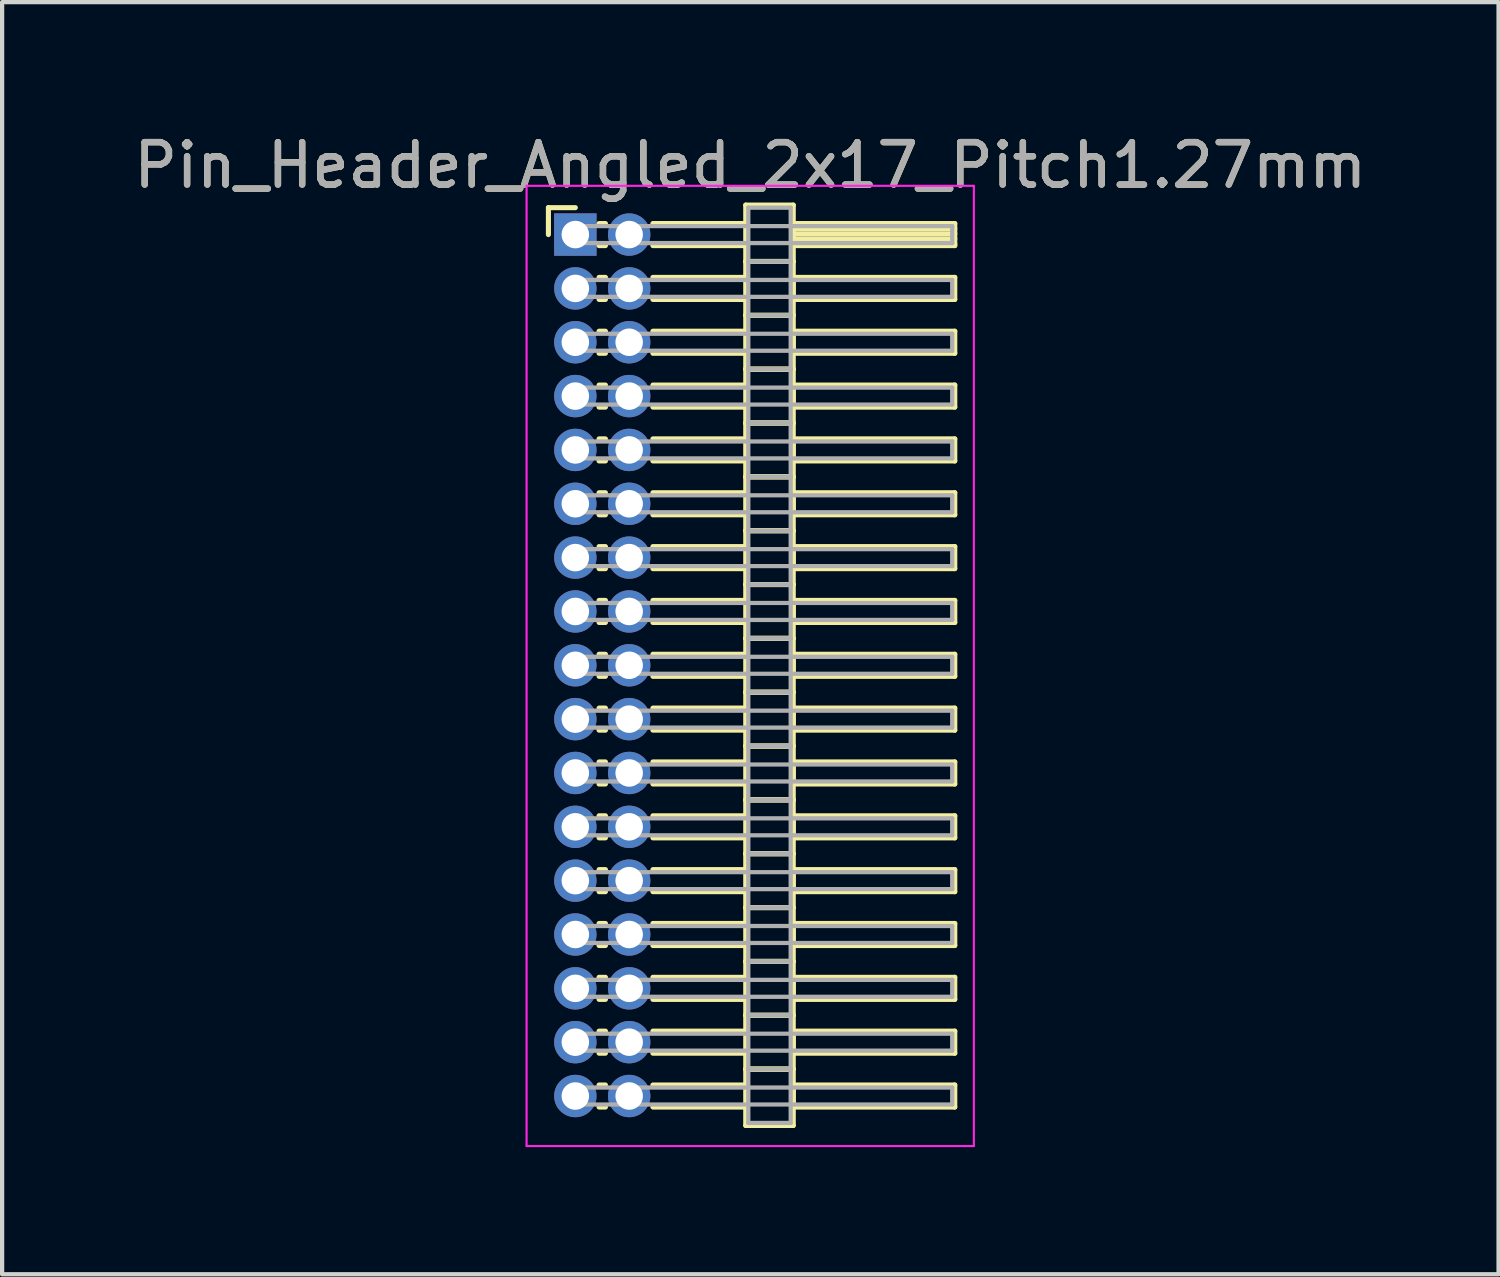
<source format=kicad_pcb>
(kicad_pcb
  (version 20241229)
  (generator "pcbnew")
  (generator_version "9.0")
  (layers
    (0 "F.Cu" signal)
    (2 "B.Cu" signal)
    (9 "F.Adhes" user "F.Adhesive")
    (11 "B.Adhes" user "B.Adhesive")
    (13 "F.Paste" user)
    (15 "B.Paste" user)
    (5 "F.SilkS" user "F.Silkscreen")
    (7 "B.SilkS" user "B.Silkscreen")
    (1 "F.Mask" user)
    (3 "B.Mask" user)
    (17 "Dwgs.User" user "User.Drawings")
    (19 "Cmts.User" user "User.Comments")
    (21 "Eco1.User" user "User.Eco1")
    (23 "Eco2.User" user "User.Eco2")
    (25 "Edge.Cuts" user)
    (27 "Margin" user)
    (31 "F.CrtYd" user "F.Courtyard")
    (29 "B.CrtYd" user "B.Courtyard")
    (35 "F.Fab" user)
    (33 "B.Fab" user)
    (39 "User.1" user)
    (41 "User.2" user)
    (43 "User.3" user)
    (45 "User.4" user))
  (footprint "Pin_Header_Angled_2x17_Pitch1.27mm"
    (layer "F.Cu")
    (at 10.521 2.483)
    (property "Reference" "Pin_Header_Angled_2x17_Pitch1.27mm" (at 4.128 -1.635 0) (layer "F.SilkS") (effects (font (size 1 1) (thickness 0.15))))
    (attr through_hole)
    (fp_line (start -0.635 -0.635) (end 0 -0.635) (stroke (width 0.12) (type solid)) (layer "F.SilkS"))
    (fp_line (start -0.635 0) (end -0.635 -0.635) (stroke (width 0.12) (type solid)) (layer "F.SilkS"))
    (fp_line (start 0.56 -0.26) (end 0.71 -0.26) (stroke (width 0.12) (type solid)) (layer "F.SilkS"))
    (fp_line (start 0.56 0.26) (end 0.71 0.26) (stroke (width 0.12) (type solid)) (layer "F.SilkS"))
    (fp_line (start 0.56 1.01) (end 0.71 1.01) (stroke (width 0.12) (type solid)) (layer "F.SilkS"))
    (fp_line (start 0.56 1.53) (end 0.71 1.53) (stroke (width 0.12) (type solid)) (layer "F.SilkS"))
    (fp_line (start 0.56 2.28) (end 0.71 2.28) (stroke (width 0.12) (type solid)) (layer "F.SilkS"))
    (fp_line (start 0.56 2.8) (end 0.71 2.8) (stroke (width 0.12) (type solid)) (layer "F.SilkS"))
    (fp_line (start 0.56 3.55) (end 0.71 3.55) (stroke (width 0.12) (type solid)) (layer "F.SilkS"))
    (fp_line (start 0.56 4.07) (end 0.71 4.07) (stroke (width 0.12) (type solid)) (layer "F.SilkS"))
    (fp_line (start 0.56 4.82) (end 0.71 4.82) (stroke (width 0.12) (type solid)) (layer "F.SilkS"))
    (fp_line (start 0.56 5.34) (end 0.71 5.34) (stroke (width 0.12) (type solid)) (layer "F.SilkS"))
    (fp_line (start 0.56 6.09) (end 0.71 6.09) (stroke (width 0.12) (type solid)) (layer "F.SilkS"))
    (fp_line (start 0.56 6.61) (end 0.71 6.61) (stroke (width 0.12) (type solid)) (layer "F.SilkS"))
    (fp_line (start 0.56 7.36) (end 0.71 7.36) (stroke (width 0.12) (type solid)) (layer "F.SilkS"))
    (fp_line (start 0.56 7.88) (end 0.71 7.88) (stroke (width 0.12) (type solid)) (layer "F.SilkS"))
    (fp_line (start 0.56 8.63) (end 0.71 8.63) (stroke (width 0.12) (type solid)) (layer "F.SilkS"))
    (fp_line (start 0.56 9.15) (end 0.71 9.15) (stroke (width 0.12) (type solid)) (layer "F.SilkS"))
    (fp_line (start 0.56 9.9) (end 0.71 9.9) (stroke (width 0.12) (type solid)) (layer "F.SilkS"))
    (fp_line (start 0.56 10.42) (end 0.71 10.42) (stroke (width 0.12) (type solid)) (layer "F.SilkS"))
    (fp_line (start 0.56 11.17) (end 0.71 11.17) (stroke (width 0.12) (type solid)) (layer "F.SilkS"))
    (fp_line (start 0.56 11.69) (end 0.71 11.69) (stroke (width 0.12) (type solid)) (layer "F.SilkS"))
    (fp_line (start 0.56 12.44) (end 0.71 12.44) (stroke (width 0.12) (type solid)) (layer "F.SilkS"))
    (fp_line (start 0.56 12.96) (end 0.71 12.96) (stroke (width 0.12) (type solid)) (layer "F.SilkS"))
    (fp_line (start 0.56 13.71) (end 0.71 13.71) (stroke (width 0.12) (type solid)) (layer "F.SilkS"))
    (fp_line (start 0.56 14.23) (end 0.71 14.23) (stroke (width 0.12) (type solid)) (layer "F.SilkS"))
    (fp_line (start 0.56 14.98) (end 0.71 14.98) (stroke (width 0.12) (type solid)) (layer "F.SilkS"))
    (fp_line (start 0.56 15.5) (end 0.71 15.5) (stroke (width 0.12) (type solid)) (layer "F.SilkS"))
    (fp_line (start 0.56 16.25) (end 0.71 16.25) (stroke (width 0.12) (type solid)) (layer "F.SilkS"))
    (fp_line (start 0.56 16.77) (end 0.71 16.77) (stroke (width 0.12) (type solid)) (layer "F.SilkS"))
    (fp_line (start 0.56 17.52) (end 0.71 17.52) (stroke (width 0.12) (type solid)) (layer "F.SilkS"))
    (fp_line (start 0.56 18.04) (end 0.71 18.04) (stroke (width 0.12) (type solid)) (layer "F.SilkS"))
    (fp_line (start 0.56 18.79) (end 0.71 18.79) (stroke (width 0.12) (type solid)) (layer "F.SilkS"))
    (fp_line (start 0.56 19.31) (end 0.71 19.31) (stroke (width 0.12) (type solid)) (layer "F.SilkS"))
    (fp_line (start 0.56 20.06) (end 0.71 20.06) (stroke (width 0.12) (type solid)) (layer "F.SilkS"))
    (fp_line (start 0.56 20.58) (end 0.71 20.58) (stroke (width 0.12) (type solid)) (layer "F.SilkS"))
    (fp_line (start 1.83 -0.26) (end 4.02 -0.26) (stroke (width 0.12) (type solid)) (layer "F.SilkS"))
    (fp_line (start 1.83 0.26) (end 4.02 0.26) (stroke (width 0.12) (type solid)) (layer "F.SilkS"))
    (fp_line (start 1.83 1.01) (end 4.02 1.01) (stroke (width 0.12) (type solid)) (layer "F.SilkS"))
    (fp_line (start 1.83 1.53) (end 4.02 1.53) (stroke (width 0.12) (type solid)) (layer "F.SilkS"))
    (fp_line (start 1.83 2.28) (end 4.02 2.28) (stroke (width 0.12) (type solid)) (layer "F.SilkS"))
    (fp_line (start 1.83 2.8) (end 4.02 2.8) (stroke (width 0.12) (type solid)) (layer "F.SilkS"))
    (fp_line (start 1.83 3.55) (end 4.02 3.55) (stroke (width 0.12) (type solid)) (layer "F.SilkS"))
    (fp_line (start 1.83 4.07) (end 4.02 4.07) (stroke (width 0.12) (type solid)) (layer "F.SilkS"))
    (fp_line (start 1.83 4.82) (end 4.02 4.82) (stroke (width 0.12) (type solid)) (layer "F.SilkS"))
    (fp_line (start 1.83 5.34) (end 4.02 5.34) (stroke (width 0.12) (type solid)) (layer "F.SilkS"))
    (fp_line (start 1.83 6.09) (end 4.02 6.09) (stroke (width 0.12) (type solid)) (layer "F.SilkS"))
    (fp_line (start 1.83 6.61) (end 4.02 6.61) (stroke (width 0.12) (type solid)) (layer "F.SilkS"))
    (fp_line (start 1.83 7.36) (end 4.02 7.36) (stroke (width 0.12) (type solid)) (layer "F.SilkS"))
    (fp_line (start 1.83 7.88) (end 4.02 7.88) (stroke (width 0.12) (type solid)) (layer "F.SilkS"))
    (fp_line (start 1.83 8.63) (end 4.02 8.63) (stroke (width 0.12) (type solid)) (layer "F.SilkS"))
    (fp_line (start 1.83 9.15) (end 4.02 9.15) (stroke (width 0.12) (type solid)) (layer "F.SilkS"))
    (fp_line (start 1.83 9.9) (end 4.02 9.9) (stroke (width 0.12) (type solid)) (layer "F.SilkS"))
    (fp_line (start 1.83 10.42) (end 4.02 10.42) (stroke (width 0.12) (type solid)) (layer "F.SilkS"))
    (fp_line (start 1.83 11.17) (end 4.02 11.17) (stroke (width 0.12) (type solid)) (layer "F.SilkS"))
    (fp_line (start 1.83 11.69) (end 4.02 11.69) (stroke (width 0.12) (type solid)) (layer "F.SilkS"))
    (fp_line (start 1.83 12.44) (end 4.02 12.44) (stroke (width 0.12) (type solid)) (layer "F.SilkS"))
    (fp_line (start 1.83 12.96) (end 4.02 12.96) (stroke (width 0.12) (type solid)) (layer "F.SilkS"))
    (fp_line (start 1.83 13.71) (end 4.02 13.71) (stroke (width 0.12) (type solid)) (layer "F.SilkS"))
    (fp_line (start 1.83 14.23) (end 4.02 14.23) (stroke (width 0.12) (type solid)) (layer "F.SilkS"))
    (fp_line (start 1.83 14.98) (end 4.02 14.98) (stroke (width 0.12) (type solid)) (layer "F.SilkS"))
    (fp_line (start 1.83 15.5) (end 4.02 15.5) (stroke (width 0.12) (type solid)) (layer "F.SilkS"))
    (fp_line (start 1.83 16.25) (end 4.02 16.25) (stroke (width 0.12) (type solid)) (layer "F.SilkS"))
    (fp_line (start 1.83 16.77) (end 4.02 16.77) (stroke (width 0.12) (type solid)) (layer "F.SilkS"))
    (fp_line (start 1.83 17.52) (end 4.02 17.52) (stroke (width 0.12) (type solid)) (layer "F.SilkS"))
    (fp_line (start 1.83 18.04) (end 4.02 18.04) (stroke (width 0.12) (type solid)) (layer "F.SilkS"))
    (fp_line (start 1.83 18.79) (end 4.02 18.79) (stroke (width 0.12) (type solid)) (layer "F.SilkS"))
    (fp_line (start 1.83 19.31) (end 4.02 19.31) (stroke (width 0.12) (type solid)) (layer "F.SilkS"))
    (fp_line (start 1.83 20.06) (end 4.02 20.06) (stroke (width 0.12) (type solid)) (layer "F.SilkS"))
    (fp_line (start 1.83 20.58) (end 4.02 20.58) (stroke (width 0.12) (type solid)) (layer "F.SilkS"))
    (fp_line (start 4.02 -0.695) (end 4.02 0.635) (stroke (width 0.12) (type solid)) (layer "F.SilkS"))
    (fp_line (start 4.02 0.635) (end 4.02 1.905) (stroke (width 0.12) (type solid)) (layer "F.SilkS"))
    (fp_line (start 4.02 0.635) (end 5.14 0.635) (stroke (width 0.12) (type solid)) (layer "F.SilkS"))
    (fp_line (start 4.02 1.905) (end 4.02 3.175) (stroke (width 0.12) (type solid)) (layer "F.SilkS"))
    (fp_line (start 4.02 1.905) (end 5.14 1.905) (stroke (width 0.12) (type solid)) (layer "F.SilkS"))
    (fp_line (start 4.02 3.175) (end 4.02 4.445) (stroke (width 0.12) (type solid)) (layer "F.SilkS"))
    (fp_line (start 4.02 3.175) (end 5.14 3.175) (stroke (width 0.12) (type solid)) (layer "F.SilkS"))
    (fp_line (start 4.02 4.445) (end 4.02 5.715) (stroke (width 0.12) (type solid)) (layer "F.SilkS"))
    (fp_line (start 4.02 4.445) (end 5.14 4.445) (stroke (width 0.12) (type solid)) (layer "F.SilkS"))
    (fp_line (start 4.02 5.715) (end 4.02 6.985) (stroke (width 0.12) (type solid)) (layer "F.SilkS"))
    (fp_line (start 4.02 5.715) (end 5.14 5.715) (stroke (width 0.12) (type solid)) (layer "F.SilkS"))
    (fp_line (start 4.02 6.985) (end 4.02 8.255) (stroke (width 0.12) (type solid)) (layer "F.SilkS"))
    (fp_line (start 4.02 6.985) (end 5.14 6.985) (stroke (width 0.12) (type solid)) (layer "F.SilkS"))
    (fp_line (start 4.02 8.255) (end 4.02 9.525) (stroke (width 0.12) (type solid)) (layer "F.SilkS"))
    (fp_line (start 4.02 8.255) (end 5.14 8.255) (stroke (width 0.12) (type solid)) (layer "F.SilkS"))
    (fp_line (start 4.02 9.525) (end 4.02 10.795) (stroke (width 0.12) (type solid)) (layer "F.SilkS"))
    (fp_line (start 4.02 9.525) (end 5.14 9.525) (stroke (width 0.12) (type solid)) (layer "F.SilkS"))
    (fp_line (start 4.02 10.795) (end 4.02 12.065) (stroke (width 0.12) (type solid)) (layer "F.SilkS"))
    (fp_line (start 4.02 10.795) (end 5.14 10.795) (stroke (width 0.12) (type solid)) (layer "F.SilkS"))
    (fp_line (start 4.02 12.065) (end 4.02 13.335) (stroke (width 0.12) (type solid)) (layer "F.SilkS"))
    (fp_line (start 4.02 12.065) (end 5.14 12.065) (stroke (width 0.12) (type solid)) (layer "F.SilkS"))
    (fp_line (start 4.02 13.335) (end 4.02 14.605) (stroke (width 0.12) (type solid)) (layer "F.SilkS"))
    (fp_line (start 4.02 13.335) (end 5.14 13.335) (stroke (width 0.12) (type solid)) (layer "F.SilkS"))
    (fp_line (start 4.02 14.605) (end 4.02 15.875) (stroke (width 0.12) (type solid)) (layer "F.SilkS"))
    (fp_line (start 4.02 14.605) (end 5.14 14.605) (stroke (width 0.12) (type solid)) (layer "F.SilkS"))
    (fp_line (start 4.02 15.875) (end 4.02 17.145) (stroke (width 0.12) (type solid)) (layer "F.SilkS"))
    (fp_line (start 4.02 15.875) (end 5.14 15.875) (stroke (width 0.12) (type solid)) (layer "F.SilkS"))
    (fp_line (start 4.02 17.145) (end 4.02 18.415) (stroke (width 0.12) (type solid)) (layer "F.SilkS"))
    (fp_line (start 4.02 17.145) (end 5.14 17.145) (stroke (width 0.12) (type solid)) (layer "F.SilkS"))
    (fp_line (start 4.02 18.415) (end 4.02 19.685) (stroke (width 0.12) (type solid)) (layer "F.SilkS"))
    (fp_line (start 4.02 18.415) (end 5.14 18.415) (stroke (width 0.12) (type solid)) (layer "F.SilkS"))
    (fp_line (start 4.02 19.685) (end 4.02 21.015) (stroke (width 0.12) (type solid)) (layer "F.SilkS"))
    (fp_line (start 4.02 19.685) (end 5.14 19.685) (stroke (width 0.12) (type solid)) (layer "F.SilkS"))
    (fp_line (start 4.02 21.015) (end 5.14 21.015) (stroke (width 0.12) (type solid)) (layer "F.SilkS"))
    (fp_line (start 5.14 -0.695) (end 4.02 -0.695) (stroke (width 0.12) (type solid)) (layer "F.SilkS"))
    (fp_line (start 5.14 -0.26) (end 5.14 0.26) (stroke (width 0.12) (type solid)) (layer "F.SilkS"))
    (fp_line (start 5.14 -0.14) (end 8.95 -0.14) (stroke (width 0.12) (type solid)) (layer "F.SilkS"))
    (fp_line (start 5.14 -0.02) (end 8.95 -0.02) (stroke (width 0.12) (type solid)) (layer "F.SilkS"))
    (fp_line (start 5.14 0.1) (end 8.95 0.1) (stroke (width 0.12) (type solid)) (layer "F.SilkS"))
    (fp_line (start 5.14 0.22) (end 8.95 0.22) (stroke (width 0.12) (type solid)) (layer "F.SilkS"))
    (fp_line (start 5.14 0.26) (end 8.95 0.26) (stroke (width 0.12) (type solid)) (layer "F.SilkS"))
    (fp_line (start 5.14 0.635) (end 4.02 0.635) (stroke (width 0.12) (type solid)) (layer "F.SilkS"))
    (fp_line (start 5.14 0.635) (end 5.14 -0.695) (stroke (width 0.12) (type solid)) (layer "F.SilkS"))
    (fp_line (start 5.14 1.01) (end 5.14 1.53) (stroke (width 0.12) (type solid)) (layer "F.SilkS"))
    (fp_line (start 5.14 1.53) (end 8.95 1.53) (stroke (width 0.12) (type solid)) (layer "F.SilkS"))
    (fp_line (start 5.14 1.905) (end 4.02 1.905) (stroke (width 0.12) (type solid)) (layer "F.SilkS"))
    (fp_line (start 5.14 1.905) (end 5.14 0.635) (stroke (width 0.12) (type solid)) (layer "F.SilkS"))
    (fp_line (start 5.14 2.28) (end 5.14 2.8) (stroke (width 0.12) (type solid)) (layer "F.SilkS"))
    (fp_line (start 5.14 2.8) (end 8.95 2.8) (stroke (width 0.12) (type solid)) (layer "F.SilkS"))
    (fp_line (start 5.14 3.175) (end 4.02 3.175) (stroke (width 0.12) (type solid)) (layer "F.SilkS"))
    (fp_line (start 5.14 3.175) (end 5.14 1.905) (stroke (width 0.12) (type solid)) (layer "F.SilkS"))
    (fp_line (start 5.14 3.55) (end 5.14 4.07) (stroke (width 0.12) (type solid)) (layer "F.SilkS"))
    (fp_line (start 5.14 4.07) (end 8.95 4.07) (stroke (width 0.12) (type solid)) (layer "F.SilkS"))
    (fp_line (start 5.14 4.445) (end 4.02 4.445) (stroke (width 0.12) (type solid)) (layer "F.SilkS"))
    (fp_line (start 5.14 4.445) (end 5.14 3.175) (stroke (width 0.12) (type solid)) (layer "F.SilkS"))
    (fp_line (start 5.14 4.82) (end 5.14 5.34) (stroke (width 0.12) (type solid)) (layer "F.SilkS"))
    (fp_line (start 5.14 5.34) (end 8.95 5.34) (stroke (width 0.12) (type solid)) (layer "F.SilkS"))
    (fp_line (start 5.14 5.715) (end 4.02 5.715) (stroke (width 0.12) (type solid)) (layer "F.SilkS"))
    (fp_line (start 5.14 5.715) (end 5.14 4.445) (stroke (width 0.12) (type solid)) (layer "F.SilkS"))
    (fp_line (start 5.14 6.09) (end 5.14 6.61) (stroke (width 0.12) (type solid)) (layer "F.SilkS"))
    (fp_line (start 5.14 6.61) (end 8.95 6.61) (stroke (width 0.12) (type solid)) (layer "F.SilkS"))
    (fp_line (start 5.14 6.985) (end 4.02 6.985) (stroke (width 0.12) (type solid)) (layer "F.SilkS"))
    (fp_line (start 5.14 6.985) (end 5.14 5.715) (stroke (width 0.12) (type solid)) (layer "F.SilkS"))
    (fp_line (start 5.14 7.36) (end 5.14 7.88) (stroke (width 0.12) (type solid)) (layer "F.SilkS"))
    (fp_line (start 5.14 7.88) (end 8.95 7.88) (stroke (width 0.12) (type solid)) (layer "F.SilkS"))
    (fp_line (start 5.14 8.255) (end 4.02 8.255) (stroke (width 0.12) (type solid)) (layer "F.SilkS"))
    (fp_line (start 5.14 8.255) (end 5.14 6.985) (stroke (width 0.12) (type solid)) (layer "F.SilkS"))
    (fp_line (start 5.14 8.63) (end 5.14 9.15) (stroke (width 0.12) (type solid)) (layer "F.SilkS"))
    (fp_line (start 5.14 9.15) (end 8.95 9.15) (stroke (width 0.12) (type solid)) (layer "F.SilkS"))
    (fp_line (start 5.14 9.525) (end 4.02 9.525) (stroke (width 0.12) (type solid)) (layer "F.SilkS"))
    (fp_line (start 5.14 9.525) (end 5.14 8.255) (stroke (width 0.12) (type solid)) (layer "F.SilkS"))
    (fp_line (start 5.14 9.9) (end 5.14 10.42) (stroke (width 0.12) (type solid)) (layer "F.SilkS"))
    (fp_line (start 5.14 10.42) (end 8.95 10.42) (stroke (width 0.12) (type solid)) (layer "F.SilkS"))
    (fp_line (start 5.14 10.795) (end 4.02 10.795) (stroke (width 0.12) (type solid)) (layer "F.SilkS"))
    (fp_line (start 5.14 10.795) (end 5.14 9.525) (stroke (width 0.12) (type solid)) (layer "F.SilkS"))
    (fp_line (start 5.14 11.17) (end 5.14 11.69) (stroke (width 0.12) (type solid)) (layer "F.SilkS"))
    (fp_line (start 5.14 11.69) (end 8.95 11.69) (stroke (width 0.12) (type solid)) (layer "F.SilkS"))
    (fp_line (start 5.14 12.065) (end 4.02 12.065) (stroke (width 0.12) (type solid)) (layer "F.SilkS"))
    (fp_line (start 5.14 12.065) (end 5.14 10.795) (stroke (width 0.12) (type solid)) (layer "F.SilkS"))
    (fp_line (start 5.14 12.44) (end 5.14 12.96) (stroke (width 0.12) (type solid)) (layer "F.SilkS"))
    (fp_line (start 5.14 12.96) (end 8.95 12.96) (stroke (width 0.12) (type solid)) (layer "F.SilkS"))
    (fp_line (start 5.14 13.335) (end 4.02 13.335) (stroke (width 0.12) (type solid)) (layer "F.SilkS"))
    (fp_line (start 5.14 13.335) (end 5.14 12.065) (stroke (width 0.12) (type solid)) (layer "F.SilkS"))
    (fp_line (start 5.14 13.71) (end 5.14 14.23) (stroke (width 0.12) (type solid)) (layer "F.SilkS"))
    (fp_line (start 5.14 14.23) (end 8.95 14.23) (stroke (width 0.12) (type solid)) (layer "F.SilkS"))
    (fp_line (start 5.14 14.605) (end 4.02 14.605) (stroke (width 0.12) (type solid)) (layer "F.SilkS"))
    (fp_line (start 5.14 14.605) (end 5.14 13.335) (stroke (width 0.12) (type solid)) (layer "F.SilkS"))
    (fp_line (start 5.14 14.98) (end 5.14 15.5) (stroke (width 0.12) (type solid)) (layer "F.SilkS"))
    (fp_line (start 5.14 15.5) (end 8.95 15.5) (stroke (width 0.12) (type solid)) (layer "F.SilkS"))
    (fp_line (start 5.14 15.875) (end 4.02 15.875) (stroke (width 0.12) (type solid)) (layer "F.SilkS"))
    (fp_line (start 5.14 15.875) (end 5.14 14.605) (stroke (width 0.12) (type solid)) (layer "F.SilkS"))
    (fp_line (start 5.14 16.25) (end 5.14 16.77) (stroke (width 0.12) (type solid)) (layer "F.SilkS"))
    (fp_line (start 5.14 16.77) (end 8.95 16.77) (stroke (width 0.12) (type solid)) (layer "F.SilkS"))
    (fp_line (start 5.14 17.145) (end 4.02 17.145) (stroke (width 0.12) (type solid)) (layer "F.SilkS"))
    (fp_line (start 5.14 17.145) (end 5.14 15.875) (stroke (width 0.12) (type solid)) (layer "F.SilkS"))
    (fp_line (start 5.14 17.52) (end 5.14 18.04) (stroke (width 0.12) (type solid)) (layer "F.SilkS"))
    (fp_line (start 5.14 18.04) (end 8.95 18.04) (stroke (width 0.12) (type solid)) (layer "F.SilkS"))
    (fp_line (start 5.14 18.415) (end 4.02 18.415) (stroke (width 0.12) (type solid)) (layer "F.SilkS"))
    (fp_line (start 5.14 18.415) (end 5.14 17.145) (stroke (width 0.12) (type solid)) (layer "F.SilkS"))
    (fp_line (start 5.14 18.79) (end 5.14 19.31) (stroke (width 0.12) (type solid)) (layer "F.SilkS"))
    (fp_line (start 5.14 19.31) (end 8.95 19.31) (stroke (width 0.12) (type solid)) (layer "F.SilkS"))
    (fp_line (start 5.14 19.685) (end 4.02 19.685) (stroke (width 0.12) (type solid)) (layer "F.SilkS"))
    (fp_line (start 5.14 19.685) (end 5.14 18.415) (stroke (width 0.12) (type solid)) (layer "F.SilkS"))
    (fp_line (start 5.14 20.06) (end 5.14 20.58) (stroke (width 0.12) (type solid)) (layer "F.SilkS"))
    (fp_line (start 5.14 20.58) (end 8.95 20.58) (stroke (width 0.12) (type solid)) (layer "F.SilkS"))
    (fp_line (start 5.14 21.015) (end 5.14 19.685) (stroke (width 0.12) (type solid)) (layer "F.SilkS"))
    (fp_line (start 8.95 -0.26) (end 5.14 -0.26) (stroke (width 0.12) (type solid)) (layer "F.SilkS"))
    (fp_line (start 8.95 0.26) (end 8.95 -0.26) (stroke (width 0.12) (type solid)) (layer "F.SilkS"))
    (fp_line (start 8.95 1.01) (end 5.14 1.01) (stroke (width 0.12) (type solid)) (layer "F.SilkS"))
    (fp_line (start 8.95 1.53) (end 8.95 1.01) (stroke (width 0.12) (type solid)) (layer "F.SilkS"))
    (fp_line (start 8.95 2.28) (end 5.14 2.28) (stroke (width 0.12) (type solid)) (layer "F.SilkS"))
    (fp_line (start 8.95 2.8) (end 8.95 2.28) (stroke (width 0.12) (type solid)) (layer "F.SilkS"))
    (fp_line (start 8.95 3.55) (end 5.14 3.55) (stroke (width 0.12) (type solid)) (layer "F.SilkS"))
    (fp_line (start 8.95 4.07) (end 8.95 3.55) (stroke (width 0.12) (type solid)) (layer "F.SilkS"))
    (fp_line (start 8.95 4.82) (end 5.14 4.82) (stroke (width 0.12) (type solid)) (layer "F.SilkS"))
    (fp_line (start 8.95 5.34) (end 8.95 4.82) (stroke (width 0.12) (type solid)) (layer "F.SilkS"))
    (fp_line (start 8.95 6.09) (end 5.14 6.09) (stroke (width 0.12) (type solid)) (layer "F.SilkS"))
    (fp_line (start 8.95 6.61) (end 8.95 6.09) (stroke (width 0.12) (type solid)) (layer "F.SilkS"))
    (fp_line (start 8.95 7.36) (end 5.14 7.36) (stroke (width 0.12) (type solid)) (layer "F.SilkS"))
    (fp_line (start 8.95 7.88) (end 8.95 7.36) (stroke (width 0.12) (type solid)) (layer "F.SilkS"))
    (fp_line (start 8.95 8.63) (end 5.14 8.63) (stroke (width 0.12) (type solid)) (layer "F.SilkS"))
    (fp_line (start 8.95 9.15) (end 8.95 8.63) (stroke (width 0.12) (type solid)) (layer "F.SilkS"))
    (fp_line (start 8.95 9.9) (end 5.14 9.9) (stroke (width 0.12) (type solid)) (layer "F.SilkS"))
    (fp_line (start 8.95 10.42) (end 8.95 9.9) (stroke (width 0.12) (type solid)) (layer "F.SilkS"))
    (fp_line (start 8.95 11.17) (end 5.14 11.17) (stroke (width 0.12) (type solid)) (layer "F.SilkS"))
    (fp_line (start 8.95 11.69) (end 8.95 11.17) (stroke (width 0.12) (type solid)) (layer "F.SilkS"))
    (fp_line (start 8.95 12.44) (end 5.14 12.44) (stroke (width 0.12) (type solid)) (layer "F.SilkS"))
    (fp_line (start 8.95 12.96) (end 8.95 12.44) (stroke (width 0.12) (type solid)) (layer "F.SilkS"))
    (fp_line (start 8.95 13.71) (end 5.14 13.71) (stroke (width 0.12) (type solid)) (layer "F.SilkS"))
    (fp_line (start 8.95 14.23) (end 8.95 13.71) (stroke (width 0.12) (type solid)) (layer "F.SilkS"))
    (fp_line (start 8.95 14.98) (end 5.14 14.98) (stroke (width 0.12) (type solid)) (layer "F.SilkS"))
    (fp_line (start 8.95 15.5) (end 8.95 14.98) (stroke (width 0.12) (type solid)) (layer "F.SilkS"))
    (fp_line (start 8.95 16.25) (end 5.14 16.25) (stroke (width 0.12) (type solid)) (layer "F.SilkS"))
    (fp_line (start 8.95 16.77) (end 8.95 16.25) (stroke (width 0.12) (type solid)) (layer "F.SilkS"))
    (fp_line (start 8.95 17.52) (end 5.14 17.52) (stroke (width 0.12) (type solid)) (layer "F.SilkS"))
    (fp_line (start 8.95 18.04) (end 8.95 17.52) (stroke (width 0.12) (type solid)) (layer "F.SilkS"))
    (fp_line (start 8.95 18.79) (end 5.14 18.79) (stroke (width 0.12) (type solid)) (layer "F.SilkS"))
    (fp_line (start 8.95 19.31) (end 8.95 18.79) (stroke (width 0.12) (type solid)) (layer "F.SilkS"))
    (fp_line (start 8.95 20.06) (end 5.14 20.06) (stroke (width 0.12) (type solid)) (layer "F.SilkS"))
    (fp_line (start 8.95 20.58) (end 8.95 20.06) (stroke (width 0.12) (type solid)) (layer "F.SilkS"))
    (fp_line (start -1.15 -1.15) (end -1.15 21.5) (stroke (width 0.05) (type solid)) (layer "F.CrtYd"))
    (fp_line (start -1.15 21.5) (end 9.4 21.5) (stroke (width 0.05) (type solid)) (layer "F.CrtYd"))
    (fp_line (start 9.4 -1.15) (end -1.15 -1.15) (stroke (width 0.05) (type solid)) (layer "F.CrtYd"))
    (fp_line (start 9.4 21.5) (end 9.4 -1.15) (stroke (width 0.05) (type solid)) (layer "F.CrtYd"))
    (fp_line (start 0 -0.2) (end 0 0.2) (stroke (width 0.1) (type solid)) (layer "F.Fab"))
    (fp_line (start 0 0.2) (end 8.89 0.2) (stroke (width 0.1) (type solid)) (layer "F.Fab"))
    (fp_line (start 0 1.07) (end 0 1.47) (stroke (width 0.1) (type solid)) (layer "F.Fab"))
    (fp_line (start 0 1.47) (end 8.89 1.47) (stroke (width 0.1) (type solid)) (layer "F.Fab"))
    (fp_line (start 0 2.34) (end 0 2.74) (stroke (width 0.1) (type solid)) (layer "F.Fab"))
    (fp_line (start 0 2.74) (end 8.89 2.74) (stroke (width 0.1) (type solid)) (layer "F.Fab"))
    (fp_line (start 0 3.61) (end 0 4.01) (stroke (width 0.1) (type solid)) (layer "F.Fab"))
    (fp_line (start 0 4.01) (end 8.89 4.01) (stroke (width 0.1) (type solid)) (layer "F.Fab"))
    (fp_line (start 0 4.88) (end 0 5.28) (stroke (width 0.1) (type solid)) (layer "F.Fab"))
    (fp_line (start 0 5.28) (end 8.89 5.28) (stroke (width 0.1) (type solid)) (layer "F.Fab"))
    (fp_line (start 0 6.15) (end 0 6.55) (stroke (width 0.1) (type solid)) (layer "F.Fab"))
    (fp_line (start 0 6.55) (end 8.89 6.55) (stroke (width 0.1) (type solid)) (layer "F.Fab"))
    (fp_line (start 0 7.42) (end 0 7.82) (stroke (width 0.1) (type solid)) (layer "F.Fab"))
    (fp_line (start 0 7.82) (end 8.89 7.82) (stroke (width 0.1) (type solid)) (layer "F.Fab"))
    (fp_line (start 0 8.69) (end 0 9.09) (stroke (width 0.1) (type solid)) (layer "F.Fab"))
    (fp_line (start 0 9.09) (end 8.89 9.09) (stroke (width 0.1) (type solid)) (layer "F.Fab"))
    (fp_line (start 0 9.96) (end 0 10.36) (stroke (width 0.1) (type solid)) (layer "F.Fab"))
    (fp_line (start 0 10.36) (end 8.89 10.36) (stroke (width 0.1) (type solid)) (layer "F.Fab"))
    (fp_line (start 0 11.23) (end 0 11.63) (stroke (width 0.1) (type solid)) (layer "F.Fab"))
    (fp_line (start 0 11.63) (end 8.89 11.63) (stroke (width 0.1) (type solid)) (layer "F.Fab"))
    (fp_line (start 0 12.5) (end 0 12.9) (stroke (width 0.1) (type solid)) (layer "F.Fab"))
    (fp_line (start 0 12.9) (end 8.89 12.9) (stroke (width 0.1) (type solid)) (layer "F.Fab"))
    (fp_line (start 0 13.77) (end 0 14.17) (stroke (width 0.1) (type solid)) (layer "F.Fab"))
    (fp_line (start 0 14.17) (end 8.89 14.17) (stroke (width 0.1) (type solid)) (layer "F.Fab"))
    (fp_line (start 0 15.04) (end 0 15.44) (stroke (width 0.1) (type solid)) (layer "F.Fab"))
    (fp_line (start 0 15.44) (end 8.89 15.44) (stroke (width 0.1) (type solid)) (layer "F.Fab"))
    (fp_line (start 0 16.31) (end 0 16.71) (stroke (width 0.1) (type solid)) (layer "F.Fab"))
    (fp_line (start 0 16.71) (end 8.89 16.71) (stroke (width 0.1) (type solid)) (layer "F.Fab"))
    (fp_line (start 0 17.58) (end 0 17.98) (stroke (width 0.1) (type solid)) (layer "F.Fab"))
    (fp_line (start 0 17.98) (end 8.89 17.98) (stroke (width 0.1) (type solid)) (layer "F.Fab"))
    (fp_line (start 0 18.85) (end 0 19.25) (stroke (width 0.1) (type solid)) (layer "F.Fab"))
    (fp_line (start 0 19.25) (end 8.89 19.25) (stroke (width 0.1) (type solid)) (layer "F.Fab"))
    (fp_line (start 0 20.12) (end 0 20.52) (stroke (width 0.1) (type solid)) (layer "F.Fab"))
    (fp_line (start 0 20.52) (end 8.89 20.52) (stroke (width 0.1) (type solid)) (layer "F.Fab"))
    (fp_line (start 4.08 -0.635) (end 4.08 0.635) (stroke (width 0.1) (type solid)) (layer "F.Fab"))
    (fp_line (start 4.08 0.635) (end 4.08 1.905) (stroke (width 0.1) (type solid)) (layer "F.Fab"))
    (fp_line (start 4.08 0.635) (end 5.08 0.635) (stroke (width 0.1) (type solid)) (layer "F.Fab"))
    (fp_line (start 4.08 1.905) (end 4.08 3.175) (stroke (width 0.1) (type solid)) (layer "F.Fab"))
    (fp_line (start 4.08 1.905) (end 5.08 1.905) (stroke (width 0.1) (type solid)) (layer "F.Fab"))
    (fp_line (start 4.08 3.175) (end 4.08 4.445) (stroke (width 0.1) (type solid)) (layer "F.Fab"))
    (fp_line (start 4.08 3.175) (end 5.08 3.175) (stroke (width 0.1) (type solid)) (layer "F.Fab"))
    (fp_line (start 4.08 4.445) (end 4.08 5.715) (stroke (width 0.1) (type solid)) (layer "F.Fab"))
    (fp_line (start 4.08 4.445) (end 5.08 4.445) (stroke (width 0.1) (type solid)) (layer "F.Fab"))
    (fp_line (start 4.08 5.715) (end 4.08 6.985) (stroke (width 0.1) (type solid)) (layer "F.Fab"))
    (fp_line (start 4.08 5.715) (end 5.08 5.715) (stroke (width 0.1) (type solid)) (layer "F.Fab"))
    (fp_line (start 4.08 6.985) (end 4.08 8.255) (stroke (width 0.1) (type solid)) (layer "F.Fab"))
    (fp_line (start 4.08 6.985) (end 5.08 6.985) (stroke (width 0.1) (type solid)) (layer "F.Fab"))
    (fp_line (start 4.08 8.255) (end 4.08 9.525) (stroke (width 0.1) (type solid)) (layer "F.Fab"))
    (fp_line (start 4.08 8.255) (end 5.08 8.255) (stroke (width 0.1) (type solid)) (layer "F.Fab"))
    (fp_line (start 4.08 9.525) (end 4.08 10.795) (stroke (width 0.1) (type solid)) (layer "F.Fab"))
    (fp_line (start 4.08 9.525) (end 5.08 9.525) (stroke (width 0.1) (type solid)) (layer "F.Fab"))
    (fp_line (start 4.08 10.795) (end 4.08 12.065) (stroke (width 0.1) (type solid)) (layer "F.Fab"))
    (fp_line (start 4.08 10.795) (end 5.08 10.795) (stroke (width 0.1) (type solid)) (layer "F.Fab"))
    (fp_line (start 4.08 12.065) (end 4.08 13.335) (stroke (width 0.1) (type solid)) (layer "F.Fab"))
    (fp_line (start 4.08 12.065) (end 5.08 12.065) (stroke (width 0.1) (type solid)) (layer "F.Fab"))
    (fp_line (start 4.08 13.335) (end 4.08 14.605) (stroke (width 0.1) (type solid)) (layer "F.Fab"))
    (fp_line (start 4.08 13.335) (end 5.08 13.335) (stroke (width 0.1) (type solid)) (layer "F.Fab"))
    (fp_line (start 4.08 14.605) (end 4.08 15.875) (stroke (width 0.1) (type solid)) (layer "F.Fab"))
    (fp_line (start 4.08 14.605) (end 5.08 14.605) (stroke (width 0.1) (type solid)) (layer "F.Fab"))
    (fp_line (start 4.08 15.875) (end 4.08 17.145) (stroke (width 0.1) (type solid)) (layer "F.Fab"))
    (fp_line (start 4.08 15.875) (end 5.08 15.875) (stroke (width 0.1) (type solid)) (layer "F.Fab"))
    (fp_line (start 4.08 17.145) (end 4.08 18.415) (stroke (width 0.1) (type solid)) (layer "F.Fab"))
    (fp_line (start 4.08 17.145) (end 5.08 17.145) (stroke (width 0.1) (type solid)) (layer "F.Fab"))
    (fp_line (start 4.08 18.415) (end 4.08 19.685) (stroke (width 0.1) (type solid)) (layer "F.Fab"))
    (fp_line (start 4.08 18.415) (end 5.08 18.415) (stroke (width 0.1) (type solid)) (layer "F.Fab"))
    (fp_line (start 4.08 19.685) (end 4.08 20.955) (stroke (width 0.1) (type solid)) (layer "F.Fab"))
    (fp_line (start 4.08 19.685) (end 5.08 19.685) (stroke (width 0.1) (type solid)) (layer "F.Fab"))
    (fp_line (start 4.08 20.955) (end 5.08 20.955) (stroke (width 0.1) (type solid)) (layer "F.Fab"))
    (fp_line (start 5.08 -0.635) (end 4.08 -0.635) (stroke (width 0.1) (type solid)) (layer "F.Fab"))
    (fp_line (start 5.08 0.635) (end 4.08 0.635) (stroke (width 0.1) (type solid)) (layer "F.Fab"))
    (fp_line (start 5.08 0.635) (end 5.08 -0.635) (stroke (width 0.1) (type solid)) (layer "F.Fab"))
    (fp_line (start 5.08 1.905) (end 4.08 1.905) (stroke (width 0.1) (type solid)) (layer "F.Fab"))
    (fp_line (start 5.08 1.905) (end 5.08 0.635) (stroke (width 0.1) (type solid)) (layer "F.Fab"))
    (fp_line (start 5.08 3.175) (end 4.08 3.175) (stroke (width 0.1) (type solid)) (layer "F.Fab"))
    (fp_line (start 5.08 3.175) (end 5.08 1.905) (stroke (width 0.1) (type solid)) (layer "F.Fab"))
    (fp_line (start 5.08 4.445) (end 4.08 4.445) (stroke (width 0.1) (type solid)) (layer "F.Fab"))
    (fp_line (start 5.08 4.445) (end 5.08 3.175) (stroke (width 0.1) (type solid)) (layer "F.Fab"))
    (fp_line (start 5.08 5.715) (end 4.08 5.715) (stroke (width 0.1) (type solid)) (layer "F.Fab"))
    (fp_line (start 5.08 5.715) (end 5.08 4.445) (stroke (width 0.1) (type solid)) (layer "F.Fab"))
    (fp_line (start 5.08 6.985) (end 4.08 6.985) (stroke (width 0.1) (type solid)) (layer "F.Fab"))
    (fp_line (start 5.08 6.985) (end 5.08 5.715) (stroke (width 0.1) (type solid)) (layer "F.Fab"))
    (fp_line (start 5.08 8.255) (end 4.08 8.255) (stroke (width 0.1) (type solid)) (layer "F.Fab"))
    (fp_line (start 5.08 8.255) (end 5.08 6.985) (stroke (width 0.1) (type solid)) (layer "F.Fab"))
    (fp_line (start 5.08 9.525) (end 4.08 9.525) (stroke (width 0.1) (type solid)) (layer "F.Fab"))
    (fp_line (start 5.08 9.525) (end 5.08 8.255) (stroke (width 0.1) (type solid)) (layer "F.Fab"))
    (fp_line (start 5.08 10.795) (end 4.08 10.795) (stroke (width 0.1) (type solid)) (layer "F.Fab"))
    (fp_line (start 5.08 10.795) (end 5.08 9.525) (stroke (width 0.1) (type solid)) (layer "F.Fab"))
    (fp_line (start 5.08 12.065) (end 4.08 12.065) (stroke (width 0.1) (type solid)) (layer "F.Fab"))
    (fp_line (start 5.08 12.065) (end 5.08 10.795) (stroke (width 0.1) (type solid)) (layer "F.Fab"))
    (fp_line (start 5.08 13.335) (end 4.08 13.335) (stroke (width 0.1) (type solid)) (layer "F.Fab"))
    (fp_line (start 5.08 13.335) (end 5.08 12.065) (stroke (width 0.1) (type solid)) (layer "F.Fab"))
    (fp_line (start 5.08 14.605) (end 4.08 14.605) (stroke (width 0.1) (type solid)) (layer "F.Fab"))
    (fp_line (start 5.08 14.605) (end 5.08 13.335) (stroke (width 0.1) (type solid)) (layer "F.Fab"))
    (fp_line (start 5.08 15.875) (end 4.08 15.875) (stroke (width 0.1) (type solid)) (layer "F.Fab"))
    (fp_line (start 5.08 15.875) (end 5.08 14.605) (stroke (width 0.1) (type solid)) (layer "F.Fab"))
    (fp_line (start 5.08 17.145) (end 4.08 17.145) (stroke (width 0.1) (type solid)) (layer "F.Fab"))
    (fp_line (start 5.08 17.145) (end 5.08 15.875) (stroke (width 0.1) (type solid)) (layer "F.Fab"))
    (fp_line (start 5.08 18.415) (end 4.08 18.415) (stroke (width 0.1) (type solid)) (layer "F.Fab"))
    (fp_line (start 5.08 18.415) (end 5.08 17.145) (stroke (width 0.1) (type solid)) (layer "F.Fab"))
    (fp_line (start 5.08 19.685) (end 4.08 19.685) (stroke (width 0.1) (type solid)) (layer "F.Fab"))
    (fp_line (start 5.08 19.685) (end 5.08 18.415) (stroke (width 0.1) (type solid)) (layer "F.Fab"))
    (fp_line (start 5.08 20.955) (end 5.08 19.685) (stroke (width 0.1) (type solid)) (layer "F.Fab"))
    (fp_line (start 8.89 -0.2) (end 0 -0.2) (stroke (width 0.1) (type solid)) (layer "F.Fab"))
    (fp_line (start 8.89 0.2) (end 8.89 -0.2) (stroke (width 0.1) (type solid)) (layer "F.Fab"))
    (fp_line (start 8.89 1.07) (end 0 1.07) (stroke (width 0.1) (type solid)) (layer "F.Fab"))
    (fp_line (start 8.89 1.47) (end 8.89 1.07) (stroke (width 0.1) (type solid)) (layer "F.Fab"))
    (fp_line (start 8.89 2.34) (end 0 2.34) (stroke (width 0.1) (type solid)) (layer "F.Fab"))
    (fp_line (start 8.89 2.74) (end 8.89 2.34) (stroke (width 0.1) (type solid)) (layer "F.Fab"))
    (fp_line (start 8.89 3.61) (end 0 3.61) (stroke (width 0.1) (type solid)) (layer "F.Fab"))
    (fp_line (start 8.89 4.01) (end 8.89 3.61) (stroke (width 0.1) (type solid)) (layer "F.Fab"))
    (fp_line (start 8.89 4.88) (end 0 4.88) (stroke (width 0.1) (type solid)) (layer "F.Fab"))
    (fp_line (start 8.89 5.28) (end 8.89 4.88) (stroke (width 0.1) (type solid)) (layer "F.Fab"))
    (fp_line (start 8.89 6.15) (end 0 6.15) (stroke (width 0.1) (type solid)) (layer "F.Fab"))
    (fp_line (start 8.89 6.55) (end 8.89 6.15) (stroke (width 0.1) (type solid)) (layer "F.Fab"))
    (fp_line (start 8.89 7.42) (end 0 7.42) (stroke (width 0.1) (type solid)) (layer "F.Fab"))
    (fp_line (start 8.89 7.82) (end 8.89 7.42) (stroke (width 0.1) (type solid)) (layer "F.Fab"))
    (fp_line (start 8.89 8.69) (end 0 8.69) (stroke (width 0.1) (type solid)) (layer "F.Fab"))
    (fp_line (start 8.89 9.09) (end 8.89 8.69) (stroke (width 0.1) (type solid)) (layer "F.Fab"))
    (fp_line (start 8.89 9.96) (end 0 9.96) (stroke (width 0.1) (type solid)) (layer "F.Fab"))
    (fp_line (start 8.89 10.36) (end 8.89 9.96) (stroke (width 0.1) (type solid)) (layer "F.Fab"))
    (fp_line (start 8.89 11.23) (end 0 11.23) (stroke (width 0.1) (type solid)) (layer "F.Fab"))
    (fp_line (start 8.89 11.63) (end 8.89 11.23) (stroke (width 0.1) (type solid)) (layer "F.Fab"))
    (fp_line (start 8.89 12.5) (end 0 12.5) (stroke (width 0.1) (type solid)) (layer "F.Fab"))
    (fp_line (start 8.89 12.9) (end 8.89 12.5) (stroke (width 0.1) (type solid)) (layer "F.Fab"))
    (fp_line (start 8.89 13.77) (end 0 13.77) (stroke (width 0.1) (type solid)) (layer "F.Fab"))
    (fp_line (start 8.89 14.17) (end 8.89 13.77) (stroke (width 0.1) (type solid)) (layer "F.Fab"))
    (fp_line (start 8.89 15.04) (end 0 15.04) (stroke (width 0.1) (type solid)) (layer "F.Fab"))
    (fp_line (start 8.89 15.44) (end 8.89 15.04) (stroke (width 0.1) (type solid)) (layer "F.Fab"))
    (fp_line (start 8.89 16.31) (end 0 16.31) (stroke (width 0.1) (type solid)) (layer "F.Fab"))
    (fp_line (start 8.89 16.71) (end 8.89 16.31) (stroke (width 0.1) (type solid)) (layer "F.Fab"))
    (fp_line (start 8.89 17.58) (end 0 17.58) (stroke (width 0.1) (type solid)) (layer "F.Fab"))
    (fp_line (start 8.89 17.98) (end 8.89 17.58) (stroke (width 0.1) (type solid)) (layer "F.Fab"))
    (fp_line (start 8.89 18.85) (end 0 18.85) (stroke (width 0.1) (type solid)) (layer "F.Fab"))
    (fp_line (start 8.89 19.25) (end 8.89 18.85) (stroke (width 0.1) (type solid)) (layer "F.Fab"))
    (fp_line (start 8.89 20.12) (end 0 20.12) (stroke (width 0.1) (type solid)) (layer "F.Fab"))
    (fp_line (start 8.89 20.52) (end 8.89 20.12) (stroke (width 0.1) (type solid)) (layer "F.Fab"))
    (fp_text user "${REFERENCE}" (at 4.128 -1.635 0) (layer "F.Fab") (effects (font (size 1 1) (thickness 0.15))))
    (pad "1" thru_hole rect (at 0 0) (size 1 1) (drill 0.65) (layers "*.Cu" "*.Mask"))
    (pad "2" thru_hole oval (at 1.27 0) (size 1 1) (drill 0.65) (layers "*.Cu" "*.Mask"))
    (pad "3" thru_hole oval (at 0 1.27) (size 1 1) (drill 0.65) (layers "*.Cu" "*.Mask"))
    (pad "4" thru_hole oval (at 1.27 1.27) (size 1 1) (drill 0.65) (layers "*.Cu" "*.Mask"))
    (pad "5" thru_hole oval (at 0 2.54) (size 1 1) (drill 0.65) (layers "*.Cu" "*.Mask"))
    (pad "6" thru_hole oval (at 1.27 2.54) (size 1 1) (drill 0.65) (layers "*.Cu" "*.Mask"))
    (pad "7" thru_hole oval (at 0 3.81) (size 1 1) (drill 0.65) (layers "*.Cu" "*.Mask"))
    (pad "8" thru_hole oval (at 1.27 3.81) (size 1 1) (drill 0.65) (layers "*.Cu" "*.Mask"))
    (pad "9" thru_hole oval (at 0 5.08) (size 1 1) (drill 0.65) (layers "*.Cu" "*.Mask"))
    (pad "10" thru_hole oval (at 1.27 5.08) (size 1 1) (drill 0.65) (layers "*.Cu" "*.Mask"))
    (pad "11" thru_hole oval (at 0 6.35) (size 1 1) (drill 0.65) (layers "*.Cu" "*.Mask"))
    (pad "12" thru_hole oval (at 1.27 6.35) (size 1 1) (drill 0.65) (layers "*.Cu" "*.Mask"))
    (pad "13" thru_hole oval (at 0 7.62) (size 1 1) (drill 0.65) (layers "*.Cu" "*.Mask"))
    (pad "14" thru_hole oval (at 1.27 7.62) (size 1 1) (drill 0.65) (layers "*.Cu" "*.Mask"))
    (pad "15" thru_hole oval (at 0 8.89) (size 1 1) (drill 0.65) (layers "*.Cu" "*.Mask"))
    (pad "16" thru_hole oval (at 1.27 8.89) (size 1 1) (drill 0.65) (layers "*.Cu" "*.Mask"))
    (pad "17" thru_hole oval (at 0 10.16) (size 1 1) (drill 0.65) (layers "*.Cu" "*.Mask"))
    (pad "18" thru_hole oval (at 1.27 10.16) (size 1 1) (drill 0.65) (layers "*.Cu" "*.Mask"))
    (pad "19" thru_hole oval (at 0 11.43) (size 1 1) (drill 0.65) (layers "*.Cu" "*.Mask"))
    (pad "20" thru_hole oval (at 1.27 11.43) (size 1 1) (drill 0.65) (layers "*.Cu" "*.Mask"))
    (pad "21" thru_hole oval (at 0 12.7) (size 1 1) (drill 0.65) (layers "*.Cu" "*.Mask"))
    (pad "22" thru_hole oval (at 1.27 12.7) (size 1 1) (drill 0.65) (layers "*.Cu" "*.Mask"))
    (pad "23" thru_hole oval (at 0 13.97) (size 1 1) (drill 0.65) (layers "*.Cu" "*.Mask"))
    (pad "24" thru_hole oval (at 1.27 13.97) (size 1 1) (drill 0.65) (layers "*.Cu" "*.Mask"))
    (pad "25" thru_hole oval (at 0 15.24) (size 1 1) (drill 0.65) (layers "*.Cu" "*.Mask"))
    (pad "26" thru_hole oval (at 1.27 15.24) (size 1 1) (drill 0.65) (layers "*.Cu" "*.Mask"))
    (pad "27" thru_hole oval (at 0 16.51) (size 1 1) (drill 0.65) (layers "*.Cu" "*.Mask"))
    (pad "28" thru_hole oval (at 1.27 16.51) (size 1 1) (drill 0.65) (layers "*.Cu" "*.Mask"))
    (pad "29" thru_hole oval (at 0 17.78) (size 1 1) (drill 0.65) (layers "*.Cu" "*.Mask"))
    (pad "30" thru_hole oval (at 1.27 17.78) (size 1 1) (drill 0.65) (layers "*.Cu" "*.Mask"))
    (pad "31" thru_hole oval (at 0 19.05) (size 1 1) (drill 0.65) (layers "*.Cu" "*.Mask"))
    (pad "32" thru_hole oval (at 1.27 19.05) (size 1 1) (drill 0.65) (layers "*.Cu" "*.Mask"))
    (pad "33" thru_hole oval (at 0 20.32) (size 1 1) (drill 0.65) (layers "*.Cu" "*.Mask"))
    (pad "34" thru_hole oval (at 1.27 20.32) (size 1 1) (drill 0.65) (layers "*.Cu" "*.Mask")))
  (gr_rect
    (start -3 -3)
    (end 32.298 27.008)
    (stroke (width 0.1) (type default))
    (fill no)
    (layer "Edge.Cuts")))
</source>
